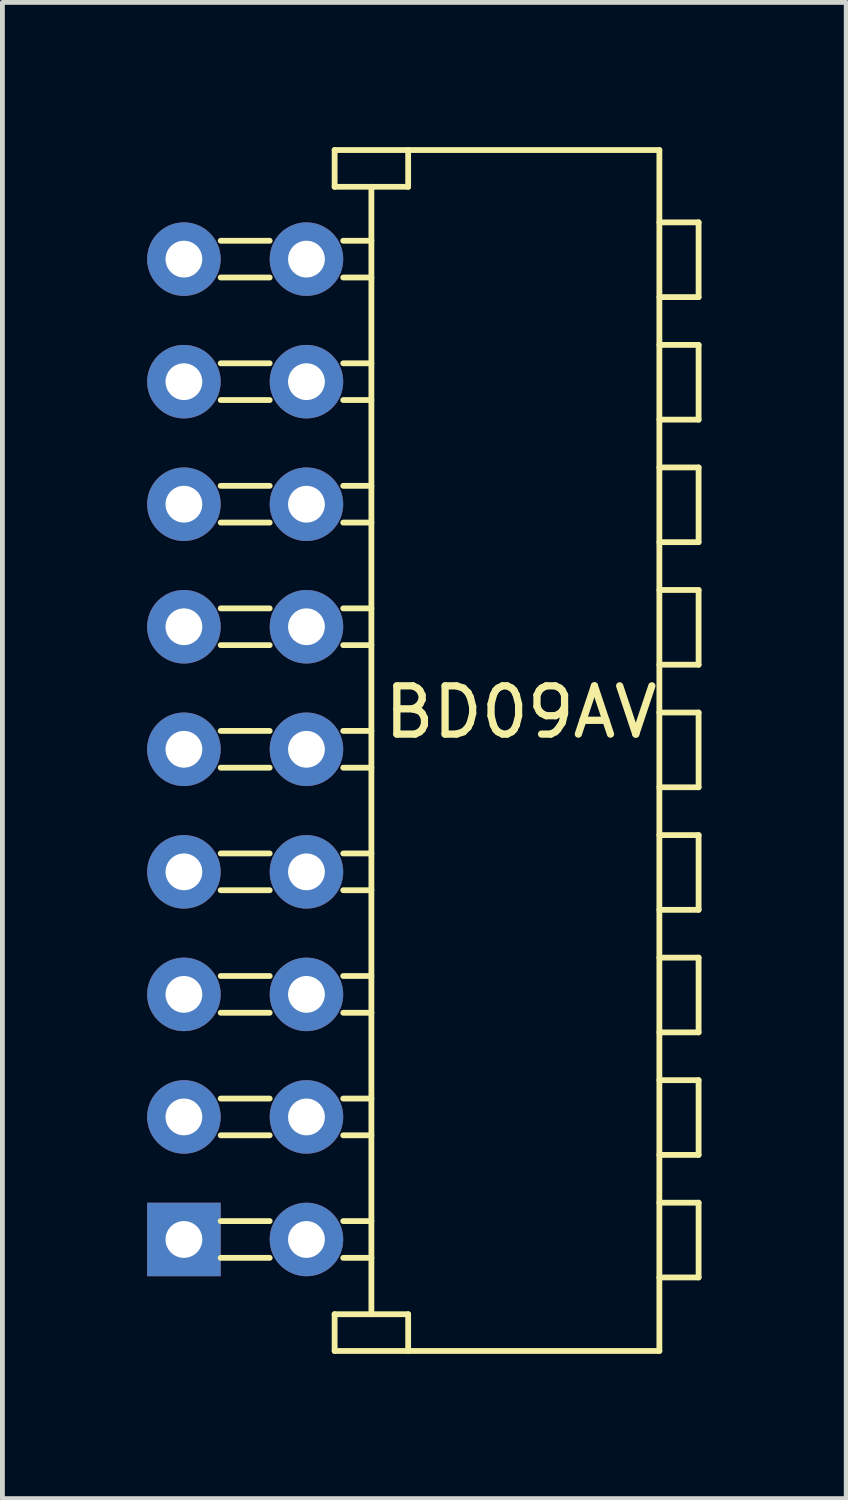
<source format=kicad_pcb>
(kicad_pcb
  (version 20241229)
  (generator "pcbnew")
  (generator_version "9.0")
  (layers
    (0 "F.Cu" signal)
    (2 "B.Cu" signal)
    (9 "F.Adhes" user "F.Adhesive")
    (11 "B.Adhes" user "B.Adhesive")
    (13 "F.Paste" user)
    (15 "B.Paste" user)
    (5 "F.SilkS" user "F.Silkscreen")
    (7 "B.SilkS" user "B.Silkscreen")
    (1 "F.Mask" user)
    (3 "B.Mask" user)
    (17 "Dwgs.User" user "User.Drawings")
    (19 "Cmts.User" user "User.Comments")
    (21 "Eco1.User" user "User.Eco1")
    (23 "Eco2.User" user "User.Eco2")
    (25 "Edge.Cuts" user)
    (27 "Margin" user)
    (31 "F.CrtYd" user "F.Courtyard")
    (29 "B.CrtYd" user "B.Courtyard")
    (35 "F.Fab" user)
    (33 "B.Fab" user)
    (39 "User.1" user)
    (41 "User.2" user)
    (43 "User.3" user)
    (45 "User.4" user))
  (footprint "BD09AV"
    (layer "F.Cu")
    (at 0.762 22.641)
    (property "Reference" "BD09AV" (at 6.985 -10.93 0) (layer "F.SilkS") (effects (font (size 1 1) (thickness 0.15))))
    (attr through_hole)
    (fp_line (start 0.762 -19.939) (end 1.778 -19.939) (stroke (width 0.12) (type solid)) (layer "F.SilkS"))
    (fp_line (start 0.762 -17.399) (end 1.778 -17.399) (stroke (width 0.12) (type solid)) (layer "F.SilkS"))
    (fp_line (start 0.762 -14.859) (end 1.778 -14.859) (stroke (width 0.12) (type solid)) (layer "F.SilkS"))
    (fp_line (start 0.762 -12.319) (end 1.778 -12.319) (stroke (width 0.12) (type solid)) (layer "F.SilkS"))
    (fp_line (start 0.762 -9.779) (end 1.778 -9.779) (stroke (width 0.12) (type solid)) (layer "F.SilkS"))
    (fp_line (start 0.762 -7.239) (end 1.778 -7.239) (stroke (width 0.12) (type solid)) (layer "F.SilkS"))
    (fp_line (start 0.762 -4.699) (end 1.778 -4.699) (stroke (width 0.12) (type solid)) (layer "F.SilkS"))
    (fp_line (start 0.762 -2.159) (end 1.778 -2.159) (stroke (width 0.12) (type solid)) (layer "F.SilkS"))
    (fp_line (start 0.762 0.381) (end 1.778 0.381) (stroke (width 0.12) (type solid)) (layer "F.SilkS"))
    (fp_line (start 1.778 -20.701) (end 0.762 -20.701) (stroke (width 0.12) (type solid)) (layer "F.SilkS"))
    (fp_line (start 1.778 -18.161) (end 0.762 -18.161) (stroke (width 0.12) (type solid)) (layer "F.SilkS"))
    (fp_line (start 1.778 -15.621) (end 0.762 -15.621) (stroke (width 0.12) (type solid)) (layer "F.SilkS"))
    (fp_line (start 1.778 -13.081) (end 0.762 -13.081) (stroke (width 0.12) (type solid)) (layer "F.SilkS"))
    (fp_line (start 1.778 -10.541) (end 0.762 -10.541) (stroke (width 0.12) (type solid)) (layer "F.SilkS"))
    (fp_line (start 1.778 -8.001) (end 0.762 -8.001) (stroke (width 0.12) (type solid)) (layer "F.SilkS"))
    (fp_line (start 1.778 -5.461) (end 0.762 -5.461) (stroke (width 0.12) (type solid)) (layer "F.SilkS"))
    (fp_line (start 1.778 -2.921) (end 0.762 -2.921) (stroke (width 0.12) (type solid)) (layer "F.SilkS"))
    (fp_line (start 1.778 -0.381) (end 0.762 -0.381) (stroke (width 0.12) (type solid)) (layer "F.SilkS"))
    (fp_line (start 3.124 -22.581) (end 3.124 -21.819) (stroke (width 0.12) (type solid)) (layer "F.SilkS"))
    (fp_line (start 3.124 -21.819) (end 3.886 -21.819) (stroke (width 0.12) (type solid)) (layer "F.SilkS"))
    (fp_line (start 3.124 2.311) (end 3.124 1.549) (stroke (width 0.12) (type solid)) (layer "F.SilkS"))
    (fp_line (start 3.124 2.311) (end 9.855 2.311) (stroke (width 0.12) (type solid)) (layer "F.SilkS"))
    (fp_line (start 3.302 -19.939) (end 3.886 -19.939) (stroke (width 0.12) (type solid)) (layer "F.SilkS"))
    (fp_line (start 3.302 -17.399) (end 3.886 -17.399) (stroke (width 0.12) (type solid)) (layer "F.SilkS"))
    (fp_line (start 3.302 -14.859) (end 3.886 -14.859) (stroke (width 0.12) (type solid)) (layer "F.SilkS"))
    (fp_line (start 3.302 -12.319) (end 3.886 -12.319) (stroke (width 0.12) (type solid)) (layer "F.SilkS"))
    (fp_line (start 3.302 -9.779) (end 3.886 -9.779) (stroke (width 0.12) (type solid)) (layer "F.SilkS"))
    (fp_line (start 3.302 -7.239) (end 3.886 -7.239) (stroke (width 0.12) (type solid)) (layer "F.SilkS"))
    (fp_line (start 3.302 -4.699) (end 3.886 -4.699) (stroke (width 0.12) (type solid)) (layer "F.SilkS"))
    (fp_line (start 3.302 -2.159) (end 3.886 -2.159) (stroke (width 0.12) (type solid)) (layer "F.SilkS"))
    (fp_line (start 3.302 0.381) (end 3.886 0.381) (stroke (width 0.12) (type solid)) (layer "F.SilkS"))
    (fp_line (start 3.886 -21.819) (end 4.648 -21.819) (stroke (width 0.12) (type solid)) (layer "F.SilkS"))
    (fp_line (start 3.886 -20.701) (end 3.302 -20.701) (stroke (width 0.12) (type solid)) (layer "F.SilkS"))
    (fp_line (start 3.886 -18.161) (end 3.302 -18.161) (stroke (width 0.12) (type solid)) (layer "F.SilkS"))
    (fp_line (start 3.886 -15.621) (end 3.302 -15.621) (stroke (width 0.12) (type solid)) (layer "F.SilkS"))
    (fp_line (start 3.886 -13.081) (end 3.302 -13.081) (stroke (width 0.12) (type solid)) (layer "F.SilkS"))
    (fp_line (start 3.886 -10.541) (end 3.302 -10.541) (stroke (width 0.12) (type solid)) (layer "F.SilkS"))
    (fp_line (start 3.886 -8.001) (end 3.302 -8.001) (stroke (width 0.12) (type solid)) (layer "F.SilkS"))
    (fp_line (start 3.886 -5.461) (end 3.302 -5.461) (stroke (width 0.12) (type solid)) (layer "F.SilkS"))
    (fp_line (start 3.886 -2.921) (end 3.302 -2.921) (stroke (width 0.12) (type solid)) (layer "F.SilkS"))
    (fp_line (start 3.886 -0.381) (end 3.302 -0.381) (stroke (width 0.12) (type solid)) (layer "F.SilkS"))
    (fp_line (start 3.886 1.549) (end 3.124 1.549) (stroke (width 0.12) (type solid)) (layer "F.SilkS"))
    (fp_line (start 3.886 1.549) (end 3.886 -21.819) (stroke (width 0.12) (type solid)) (layer "F.SilkS"))
    (fp_line (start 3.886 1.549) (end 4.648 1.549) (stroke (width 0.12) (type solid)) (layer "F.SilkS"))
    (fp_line (start 4.648 -21.819) (end 4.648 -22.581) (stroke (width 0.12) (type solid)) (layer "F.SilkS"))
    (fp_line (start 4.648 2.311) (end 4.648 1.549) (stroke (width 0.12) (type solid)) (layer "F.SilkS"))
    (fp_line (start 9.855 -22.581) (end 3.124 -22.581) (stroke (width 0.12) (type solid)) (layer "F.SilkS"))
    (fp_line (start 9.855 -22.581) (end 9.855 2.311) (stroke (width 0.12) (type solid)) (layer "F.SilkS"))
    (fp_line (start 10.668 -21.082) (end 9.855 -21.082) (stroke (width 0.12) (type solid)) (layer "F.SilkS"))
    (fp_line (start 10.668 -21.082) (end 10.668 -19.533) (stroke (width 0.12) (type solid)) (layer "F.SilkS"))
    (fp_line (start 10.668 -19.533) (end 9.855 -19.533) (stroke (width 0.12) (type solid)) (layer "F.SilkS"))
    (fp_line (start 10.668 -18.542) (end 9.855 -18.542) (stroke (width 0.12) (type solid)) (layer "F.SilkS"))
    (fp_line (start 10.668 -18.542) (end 10.668 -16.993) (stroke (width 0.12) (type solid)) (layer "F.SilkS"))
    (fp_line (start 10.668 -16.993) (end 9.855 -16.993) (stroke (width 0.12) (type solid)) (layer "F.SilkS"))
    (fp_line (start 10.668 -16.002) (end 9.855 -16.002) (stroke (width 0.12) (type solid)) (layer "F.SilkS"))
    (fp_line (start 10.668 -16.002) (end 10.668 -14.453) (stroke (width 0.12) (type solid)) (layer "F.SilkS"))
    (fp_line (start 10.668 -14.453) (end 9.855 -14.453) (stroke (width 0.12) (type solid)) (layer "F.SilkS"))
    (fp_line (start 10.668 -13.462) (end 9.855 -13.462) (stroke (width 0.12) (type solid)) (layer "F.SilkS"))
    (fp_line (start 10.668 -13.462) (end 10.668 -11.913) (stroke (width 0.12) (type solid)) (layer "F.SilkS"))
    (fp_line (start 10.668 -11.913) (end 9.855 -11.913) (stroke (width 0.12) (type solid)) (layer "F.SilkS"))
    (fp_line (start 10.668 -10.922) (end 9.855 -10.922) (stroke (width 0.12) (type solid)) (layer "F.SilkS"))
    (fp_line (start 10.668 -10.922) (end 10.668 -9.373) (stroke (width 0.12) (type solid)) (layer "F.SilkS"))
    (fp_line (start 10.668 -9.373) (end 9.855 -9.373) (stroke (width 0.12) (type solid)) (layer "F.SilkS"))
    (fp_line (start 10.668 -8.382) (end 9.855 -8.382) (stroke (width 0.12) (type solid)) (layer "F.SilkS"))
    (fp_line (start 10.668 -8.382) (end 10.668 -6.833) (stroke (width 0.12) (type solid)) (layer "F.SilkS"))
    (fp_line (start 10.668 -6.833) (end 9.855 -6.833) (stroke (width 0.12) (type solid)) (layer "F.SilkS"))
    (fp_line (start 10.668 -5.842) (end 9.855 -5.842) (stroke (width 0.12) (type solid)) (layer "F.SilkS"))
    (fp_line (start 10.668 -5.842) (end 10.668 -4.293) (stroke (width 0.12) (type solid)) (layer "F.SilkS"))
    (fp_line (start 10.668 -4.293) (end 9.855 -4.293) (stroke (width 0.12) (type solid)) (layer "F.SilkS"))
    (fp_line (start 10.668 -3.302) (end 9.855 -3.302) (stroke (width 0.12) (type solid)) (layer "F.SilkS"))
    (fp_line (start 10.668 -3.302) (end 10.668 -1.753) (stroke (width 0.12) (type solid)) (layer "F.SilkS"))
    (fp_line (start 10.668 -1.753) (end 9.855 -1.753) (stroke (width 0.12) (type solid)) (layer "F.SilkS"))
    (fp_line (start 10.668 -0.762) (end 9.855 -0.762) (stroke (width 0.12) (type solid)) (layer "F.SilkS"))
    (fp_line (start 10.668 -0.762) (end 10.668 0.787) (stroke (width 0.12) (type solid)) (layer "F.SilkS"))
    (fp_line (start 10.668 0.787) (end 9.855 0.787) (stroke (width 0.12) (type solid)) (layer "F.SilkS"))
    (pad "1" thru_hole rect (at 0 0) (size 1.524 1.524) (drill 0.762) (layers "*.Cu" "*.Mask"))
    (pad "2" thru_hole circle (at 0 -2.54) (size 1.524 1.524) (drill 0.762) (layers "*.Cu" "*.Mask"))
    (pad "3" thru_hole circle (at 0 -5.08) (size 1.524 1.524) (drill 0.762) (layers "*.Cu" "*.Mask"))
    (pad "4" thru_hole circle (at 0 -7.62) (size 1.524 1.524) (drill 0.762) (layers "*.Cu" "*.Mask"))
    (pad "5" thru_hole circle (at 0 -10.16) (size 1.524 1.524) (drill 0.762) (layers "*.Cu" "*.Mask"))
    (pad "6" thru_hole circle (at 0 -12.7) (size 1.524 1.524) (drill 0.762) (layers "*.Cu" "*.Mask"))
    (pad "7" thru_hole circle (at 0 -15.24) (size 1.524 1.524) (drill 0.762) (layers "*.Cu" "*.Mask"))
    (pad "8" thru_hole circle (at 0 -17.78) (size 1.524 1.524) (drill 0.762) (layers "*.Cu" "*.Mask"))
    (pad "9" thru_hole circle (at 0 -20.32) (size 1.524 1.524) (drill 0.762) (layers "*.Cu" "*.Mask"))
    (pad "10" thru_hole circle (at 2.54 -20.32) (size 1.524 1.524) (drill 0.762) (layers "*.Cu" "*.Mask"))
    (pad "11" thru_hole circle (at 2.54 -17.78) (size 1.524 1.524) (drill 0.762) (layers "*.Cu" "*.Mask"))
    (pad "12" thru_hole circle (at 2.54 -15.24) (size 1.524 1.524) (drill 0.762) (layers "*.Cu" "*.Mask"))
    (pad "13" thru_hole circle (at 2.54 -12.7) (size 1.524 1.524) (drill 0.762) (layers "*.Cu" "*.Mask"))
    (pad "14" thru_hole circle (at 2.54 -10.16) (size 1.524 1.524) (drill 0.762) (layers "*.Cu" "*.Mask"))
    (pad "15" thru_hole circle (at 2.54 -7.62) (size 1.524 1.524) (drill 0.762) (layers "*.Cu" "*.Mask"))
    (pad "16" thru_hole circle (at 2.54 -5.08) (size 1.524 1.524) (drill 0.762) (layers "*.Cu" "*.Mask"))
    (pad "17" thru_hole circle (at 2.54 -2.54) (size 1.524 1.524) (drill 0.762) (layers "*.Cu" "*.Mask"))
    (pad "18" thru_hole circle (at 2.54 0) (size 1.524 1.524) (drill 0.762) (layers "*.Cu" "*.Mask")))
  (gr_rect
    (start -3 -3)
    (end 14.49 28.012)
    (stroke (width 0.1) (type default))
    (fill no)
    (layer "Edge.Cuts")))
</source>
